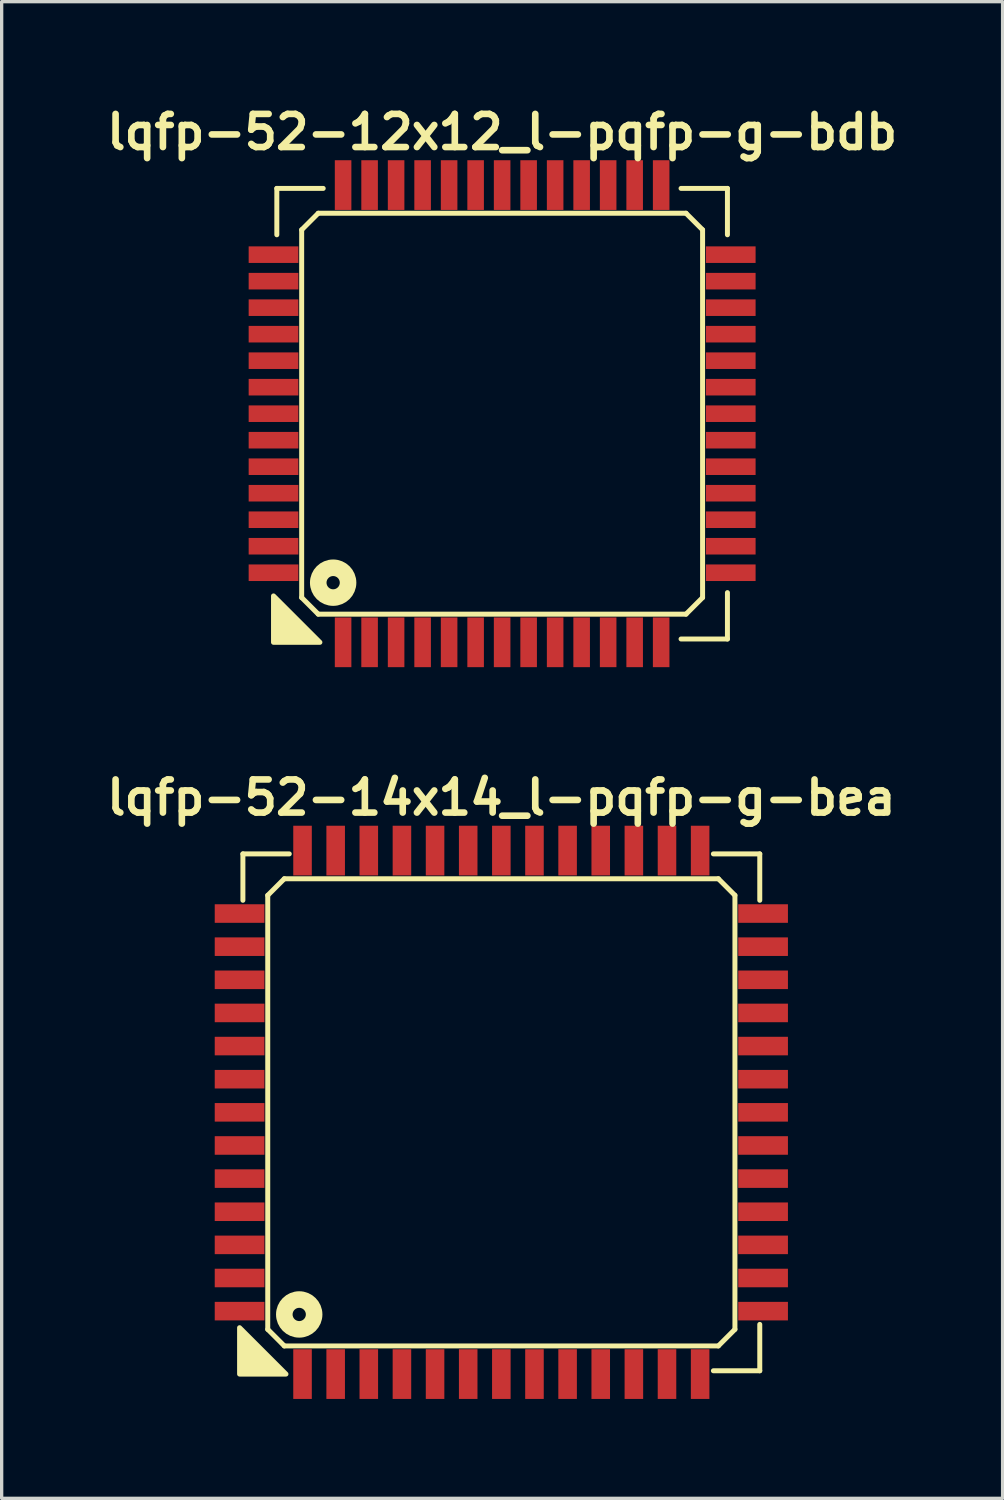
<source format=kicad_pcb>
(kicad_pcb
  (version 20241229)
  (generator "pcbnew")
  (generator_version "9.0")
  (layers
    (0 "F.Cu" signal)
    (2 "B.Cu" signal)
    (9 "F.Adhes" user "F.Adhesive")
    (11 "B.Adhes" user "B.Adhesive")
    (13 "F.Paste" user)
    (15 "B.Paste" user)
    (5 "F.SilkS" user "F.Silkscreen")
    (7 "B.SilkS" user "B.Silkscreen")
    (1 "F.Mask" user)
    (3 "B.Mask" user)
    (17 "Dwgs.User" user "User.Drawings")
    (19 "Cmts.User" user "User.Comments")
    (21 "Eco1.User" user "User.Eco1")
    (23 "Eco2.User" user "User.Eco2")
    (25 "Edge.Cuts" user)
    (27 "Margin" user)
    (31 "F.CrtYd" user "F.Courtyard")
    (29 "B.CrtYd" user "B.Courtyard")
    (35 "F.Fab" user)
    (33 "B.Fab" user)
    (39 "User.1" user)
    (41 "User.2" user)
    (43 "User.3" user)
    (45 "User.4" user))
  (footprint "lqfp-52-14x14_l-pqfp-g-bea"
    (layer "F.Cu")
    (at 12.081 30.522)
    (property "Reference" "lqfp-52-14x14_l-pqfp-g-bea" (at 0 -9.5 0) (layer "F.SilkS") (effects (font (size 1 1) (thickness 0.2))))
    (attr smd)
    (fp_line (start -7.8 -7.8) (end -6.4 -7.8) (stroke (width 0.15) (type solid)) (layer "F.SilkS"))
    (fp_line (start -7.8 -6.4) (end -7.8 -7.8) (stroke (width 0.15) (type solid)) (layer "F.SilkS"))
    (fp_line (start -7.05 -6.55) (end -6.55 -7.05) (stroke (width 0.15) (type solid)) (layer "F.SilkS"))
    (fp_line (start -7.05 6.55) (end -7.05 -6.55) (stroke (width 0.15) (type solid)) (layer "F.SilkS"))
    (fp_line (start -6.55 -7.05) (end 6.55 -7.05) (stroke (width 0.15) (type solid)) (layer "F.SilkS"))
    (fp_line (start -6.55 7.05) (end -7.05 6.55) (stroke (width 0.15) (type solid)) (layer "F.SilkS"))
    (fp_line (start 6.4 -7.8) (end 7.8 -7.8) (stroke (width 0.15) (type solid)) (layer "F.SilkS"))
    (fp_line (start 6.55 -7.05) (end 7.05 -6.55) (stroke (width 0.15) (type solid)) (layer "F.SilkS"))
    (fp_line (start 6.55 7.05) (end -6.55 7.05) (stroke (width 0.15) (type solid)) (layer "F.SilkS"))
    (fp_line (start 7.05 -6.55) (end 7.05 6.55) (stroke (width 0.15) (type solid)) (layer "F.SilkS"))
    (fp_line (start 7.05 6.55) (end 6.55 7.05) (stroke (width 0.15) (type solid)) (layer "F.SilkS"))
    (fp_line (start 7.8 -7.8) (end 7.8 -6.4) (stroke (width 0.15) (type solid)) (layer "F.SilkS"))
    (fp_line (start 7.8 6.4) (end 7.8 7.8) (stroke (width 0.15) (type solid)) (layer "F.SilkS"))
    (fp_line (start 7.8 7.8) (end 6.4 7.8) (stroke (width 0.15) (type solid)) (layer "F.SilkS"))
    (fp_circle (center -6.1 6.1) (end -5.9 6.1) (stroke (width 0.5) (type solid)) (fill no) (layer "F.SilkS"))
    (fp_poly (pts (xy -6.5 7.9) (xy -7.9 7.9) (xy -7.9 6.5)) (stroke (width 0.15) (type solid)) (fill yes) (layer "F.SilkS"))
    (pad "1" smd rect (at -6 7.9) (size 0.56 1.5) (layers "F.Cu" "F.Mask" "F.Paste"))
    (pad "2" smd rect (at -5 7.9) (size 0.56 1.5) (layers "F.Cu" "F.Mask" "F.Paste"))
    (pad "3" smd rect (at -4 7.9) (size 0.56 1.5) (layers "F.Cu" "F.Mask" "F.Paste"))
    (pad "4" smd rect (at -3 7.9) (size 0.56 1.5) (layers "F.Cu" "F.Mask" "F.Paste"))
    (pad "5" smd rect (at -2 7.9) (size 0.56 1.5) (layers "F.Cu" "F.Mask" "F.Paste"))
    (pad "6" smd rect (at -1 7.9) (size 0.56 1.5) (layers "F.Cu" "F.Mask" "F.Paste"))
    (pad "7" smd rect (at 0 7.9) (size 0.56 1.5) (layers "F.Cu" "F.Mask" "F.Paste"))
    (pad "8" smd rect (at 1 7.9) (size 0.56 1.5) (layers "F.Cu" "F.Mask" "F.Paste"))
    (pad "9" smd rect (at 2 7.9) (size 0.56 1.5) (layers "F.Cu" "F.Mask" "F.Paste"))
    (pad "10" smd rect (at 3 7.9) (size 0.56 1.5) (layers "F.Cu" "F.Mask" "F.Paste"))
    (pad "11" smd rect (at 4 7.9) (size 0.56 1.5) (layers "F.Cu" "F.Mask" "F.Paste"))
    (pad "12" smd rect (at 5 7.9) (size 0.56 1.5) (layers "F.Cu" "F.Mask" "F.Paste"))
    (pad "13" smd rect (at 6 7.9) (size 0.56 1.5) (layers "F.Cu" "F.Mask" "F.Paste"))
    (pad "14" smd rect (at 7.9 6) (size 1.5 0.56) (layers "F.Cu" "F.Mask" "F.Paste"))
    (pad "15" smd rect (at 7.9 5) (size 1.5 0.56) (layers "F.Cu" "F.Mask" "F.Paste"))
    (pad "16" smd rect (at 7.9 4) (size 1.5 0.56) (layers "F.Cu" "F.Mask" "F.Paste"))
    (pad "17" smd rect (at 7.9 3) (size 1.5 0.56) (layers "F.Cu" "F.Mask" "F.Paste"))
    (pad "18" smd rect (at 7.9 2) (size 1.5 0.56) (layers "F.Cu" "F.Mask" "F.Paste"))
    (pad "19" smd rect (at 7.9 1) (size 1.5 0.56) (layers "F.Cu" "F.Mask" "F.Paste"))
    (pad "20" smd rect (at 7.9 0) (size 1.5 0.56) (layers "F.Cu" "F.Mask" "F.Paste"))
    (pad "21" smd rect (at 7.9 -1) (size 1.5 0.56) (layers "F.Cu" "F.Mask" "F.Paste"))
    (pad "22" smd rect (at 7.9 -2) (size 1.5 0.56) (layers "F.Cu" "F.Mask" "F.Paste"))
    (pad "23" smd rect (at 7.9 -3) (size 1.5 0.56) (layers "F.Cu" "F.Mask" "F.Paste"))
    (pad "24" smd rect (at 7.9 -4) (size 1.5 0.56) (layers "F.Cu" "F.Mask" "F.Paste"))
    (pad "25" smd rect (at 7.9 -5) (size 1.5 0.56) (layers "F.Cu" "F.Mask" "F.Paste"))
    (pad "26" smd rect (at 7.9 -6) (size 1.5 0.56) (layers "F.Cu" "F.Mask" "F.Paste"))
    (pad "27" smd rect (at 6 -7.9) (size 0.56 1.5) (layers "F.Cu" "F.Mask" "F.Paste"))
    (pad "28" smd rect (at 5 -7.9) (size 0.56 1.5) (layers "F.Cu" "F.Mask" "F.Paste"))
    (pad "29" smd rect (at 4 -7.9) (size 0.56 1.5) (layers "F.Cu" "F.Mask" "F.Paste"))
    (pad "30" smd rect (at 3 -7.9) (size 0.56 1.5) (layers "F.Cu" "F.Mask" "F.Paste"))
    (pad "31" smd rect (at 2 -7.9) (size 0.56 1.5) (layers "F.Cu" "F.Mask" "F.Paste"))
    (pad "32" smd rect (at 1 -7.9) (size 0.56 1.5) (layers "F.Cu" "F.Mask" "F.Paste"))
    (pad "33" smd rect (at 0 -7.9) (size 0.56 1.5) (layers "F.Cu" "F.Mask" "F.Paste"))
    (pad "34" smd rect (at -1 -7.9) (size 0.56 1.5) (layers "F.Cu" "F.Mask" "F.Paste"))
    (pad "35" smd rect (at -2 -7.9) (size 0.56 1.5) (layers "F.Cu" "F.Mask" "F.Paste"))
    (pad "36" smd rect (at -3 -7.9) (size 0.56 1.5) (layers "F.Cu" "F.Mask" "F.Paste"))
    (pad "37" smd rect (at -4 -7.9) (size 0.56 1.5) (layers "F.Cu" "F.Mask" "F.Paste"))
    (pad "38" smd rect (at -5 -7.9) (size 0.56 1.5) (layers "F.Cu" "F.Mask" "F.Paste"))
    (pad "39" smd rect (at -6 -7.9) (size 0.56 1.5) (layers "F.Cu" "F.Mask" "F.Paste"))
    (pad "40" smd rect (at -7.9 -6) (size 1.5 0.56) (layers "F.Cu" "F.Mask" "F.Paste"))
    (pad "41" smd rect (at -7.9 -5) (size 1.5 0.56) (layers "F.Cu" "F.Mask" "F.Paste"))
    (pad "42" smd rect (at -7.9 -4) (size 1.5 0.56) (layers "F.Cu" "F.Mask" "F.Paste"))
    (pad "43" smd rect (at -7.9 -3) (size 1.5 0.56) (layers "F.Cu" "F.Mask" "F.Paste"))
    (pad "44" smd rect (at -7.9 -2) (size 1.5 0.56) (layers "F.Cu" "F.Mask" "F.Paste"))
    (pad "45" smd rect (at -7.9 -1) (size 1.5 0.56) (layers "F.Cu" "F.Mask" "F.Paste"))
    (pad "46" smd rect (at -7.9 0) (size 1.5 0.56) (layers "F.Cu" "F.Mask" "F.Paste"))
    (pad "47" smd rect (at -7.9 1) (size 1.5 0.56) (layers "F.Cu" "F.Mask" "F.Paste"))
    (pad "48" smd rect (at -7.9 2) (size 1.5 0.56) (layers "F.Cu" "F.Mask" "F.Paste"))
    (pad "49" smd rect (at -7.9 3) (size 1.5 0.56) (layers "F.Cu" "F.Mask" "F.Paste"))
    (pad "50" smd rect (at -7.9 4) (size 1.5 0.56) (layers "F.Cu" "F.Mask" "F.Paste"))
    (pad "51" smd rect (at -7.9 5) (size 1.5 0.56) (layers "F.Cu" "F.Mask" "F.Paste"))
    (pad "52" smd rect (at -7.9 6) (size 1.5 0.56) (layers "F.Cu" "F.Mask" "F.Paste")))
  (footprint "lqfp-52-12x12_l-pqfp-g-bdb"
    (layer "F.Cu")
    (at 12.105 9.436)
    (property "Reference" "lqfp-52-12x12_l-pqfp-g-bdb" (at 0 -8.5 0) (layer "F.SilkS") (effects (font (size 1 1) (thickness 0.2))))
    (attr smd)
    (fp_line (start -6.8 -6.8) (end -5.4 -6.8) (stroke (width 0.15) (type solid)) (layer "F.SilkS"))
    (fp_line (start -6.8 -5.4) (end -6.8 -6.8) (stroke (width 0.15) (type solid)) (layer "F.SilkS"))
    (fp_line (start -6.05 -5.55) (end -5.55 -6.05) (stroke (width 0.15) (type solid)) (layer "F.SilkS"))
    (fp_line (start -6.05 5.55) (end -6.05 -5.55) (stroke (width 0.15) (type solid)) (layer "F.SilkS"))
    (fp_line (start -5.55 -6.05) (end 5.55 -6.05) (stroke (width 0.15) (type solid)) (layer "F.SilkS"))
    (fp_line (start -5.55 6.05) (end -6.05 5.55) (stroke (width 0.15) (type solid)) (layer "F.SilkS"))
    (fp_line (start 5.4 -6.8) (end 6.8 -6.8) (stroke (width 0.15) (type solid)) (layer "F.SilkS"))
    (fp_line (start 5.55 -6.05) (end 6.05 -5.55) (stroke (width 0.15) (type solid)) (layer "F.SilkS"))
    (fp_line (start 5.55 6.05) (end -5.55 6.05) (stroke (width 0.15) (type solid)) (layer "F.SilkS"))
    (fp_line (start 6.05 -5.55) (end 6.05 5.55) (stroke (width 0.15) (type solid)) (layer "F.SilkS"))
    (fp_line (start 6.05 5.55) (end 5.55 6.05) (stroke (width 0.15) (type solid)) (layer "F.SilkS"))
    (fp_line (start 6.8 -6.8) (end 6.8 -5.4) (stroke (width 0.15) (type solid)) (layer "F.SilkS"))
    (fp_line (start 6.8 5.4) (end 6.8 6.8) (stroke (width 0.15) (type solid)) (layer "F.SilkS"))
    (fp_line (start 6.8 6.8) (end 5.4 6.8) (stroke (width 0.15) (type solid)) (layer "F.SilkS"))
    (fp_circle (center -5.1 5.1) (end -4.9 5.1) (stroke (width 0.5) (type solid)) (fill no) (layer "F.SilkS"))
    (fp_poly (pts (xy -5.5 6.9) (xy -6.9 6.9) (xy -6.9 5.5)) (stroke (width 0.15) (type solid)) (fill yes) (layer "F.SilkS"))
    (pad "1" smd rect (at -4.8 6.9) (size 0.5 1.5) (layers "F.Cu" "F.Mask" "F.Paste"))
    (pad "2" smd rect (at -4 6.9) (size 0.5 1.5) (layers "F.Cu" "F.Mask" "F.Paste"))
    (pad "3" smd rect (at -3.2 6.9) (size 0.5 1.5) (layers "F.Cu" "F.Mask" "F.Paste"))
    (pad "4" smd rect (at -2.4 6.9) (size 0.5 1.5) (layers "F.Cu" "F.Mask" "F.Paste"))
    (pad "5" smd rect (at -1.6 6.9) (size 0.5 1.5) (layers "F.Cu" "F.Mask" "F.Paste"))
    (pad "6" smd rect (at -0.8 6.9) (size 0.5 1.5) (layers "F.Cu" "F.Mask" "F.Paste"))
    (pad "7" smd rect (at 0 6.9) (size 0.5 1.5) (layers "F.Cu" "F.Mask" "F.Paste"))
    (pad "8" smd rect (at 0.8 6.9) (size 0.5 1.5) (layers "F.Cu" "F.Mask" "F.Paste"))
    (pad "9" smd rect (at 1.6 6.9) (size 0.5 1.5) (layers "F.Cu" "F.Mask" "F.Paste"))
    (pad "10" smd rect (at 2.4 6.9) (size 0.5 1.5) (layers "F.Cu" "F.Mask" "F.Paste"))
    (pad "11" smd rect (at 3.2 6.9) (size 0.5 1.5) (layers "F.Cu" "F.Mask" "F.Paste"))
    (pad "12" smd rect (at 4 6.9) (size 0.5 1.5) (layers "F.Cu" "F.Mask" "F.Paste"))
    (pad "13" smd rect (at 4.8 6.9) (size 0.5 1.5) (layers "F.Cu" "F.Mask" "F.Paste"))
    (pad "14" smd rect (at 6.9 4.8) (size 1.5 0.5) (layers "F.Cu" "F.Mask" "F.Paste"))
    (pad "15" smd rect (at 6.9 4) (size 1.5 0.5) (layers "F.Cu" "F.Mask" "F.Paste"))
    (pad "16" smd rect (at 6.9 3.2) (size 1.5 0.5) (layers "F.Cu" "F.Mask" "F.Paste"))
    (pad "17" smd rect (at 6.9 2.4) (size 1.5 0.5) (layers "F.Cu" "F.Mask" "F.Paste"))
    (pad "18" smd rect (at 6.9 1.6) (size 1.5 0.5) (layers "F.Cu" "F.Mask" "F.Paste"))
    (pad "19" smd rect (at 6.9 0.8) (size 1.5 0.5) (layers "F.Cu" "F.Mask" "F.Paste"))
    (pad "20" smd rect (at 6.9 0) (size 1.5 0.5) (layers "F.Cu" "F.Mask" "F.Paste"))
    (pad "21" smd rect (at 6.9 -0.8) (size 1.5 0.5) (layers "F.Cu" "F.Mask" "F.Paste"))
    (pad "22" smd rect (at 6.9 -1.6) (size 1.5 0.5) (layers "F.Cu" "F.Mask" "F.Paste"))
    (pad "23" smd rect (at 6.9 -2.4) (size 1.5 0.5) (layers "F.Cu" "F.Mask" "F.Paste"))
    (pad "24" smd rect (at 6.9 -3.2) (size 1.5 0.5) (layers "F.Cu" "F.Mask" "F.Paste"))
    (pad "25" smd rect (at 6.9 -4) (size 1.5 0.5) (layers "F.Cu" "F.Mask" "F.Paste"))
    (pad "26" smd rect (at 6.9 -4.8) (size 1.5 0.5) (layers "F.Cu" "F.Mask" "F.Paste"))
    (pad "27" smd rect (at 4.8 -6.9) (size 0.5 1.5) (layers "F.Cu" "F.Mask" "F.Paste"))
    (pad "28" smd rect (at 4 -6.9) (size 0.5 1.5) (layers "F.Cu" "F.Mask" "F.Paste"))
    (pad "29" smd rect (at 3.2 -6.9) (size 0.5 1.5) (layers "F.Cu" "F.Mask" "F.Paste"))
    (pad "30" smd rect (at 2.4 -6.9) (size 0.5 1.5) (layers "F.Cu" "F.Mask" "F.Paste"))
    (pad "31" smd rect (at 1.6 -6.9) (size 0.5 1.5) (layers "F.Cu" "F.Mask" "F.Paste"))
    (pad "32" smd rect (at 0.8 -6.9) (size 0.5 1.5) (layers "F.Cu" "F.Mask" "F.Paste"))
    (pad "33" smd rect (at 0 -6.9) (size 0.5 1.5) (layers "F.Cu" "F.Mask" "F.Paste"))
    (pad "34" smd rect (at -0.8 -6.9) (size 0.5 1.5) (layers "F.Cu" "F.Mask" "F.Paste"))
    (pad "35" smd rect (at -1.6 -6.9) (size 0.5 1.5) (layers "F.Cu" "F.Mask" "F.Paste"))
    (pad "36" smd rect (at -2.4 -6.9) (size 0.5 1.5) (layers "F.Cu" "F.Mask" "F.Paste"))
    (pad "37" smd rect (at -3.2 -6.9) (size 0.5 1.5) (layers "F.Cu" "F.Mask" "F.Paste"))
    (pad "38" smd rect (at -4 -6.9) (size 0.5 1.5) (layers "F.Cu" "F.Mask" "F.Paste"))
    (pad "39" smd rect (at -4.8 -6.9) (size 0.5 1.5) (layers "F.Cu" "F.Mask" "F.Paste"))
    (pad "40" smd rect (at -6.9 -4.8) (size 1.5 0.5) (layers "F.Cu" "F.Mask" "F.Paste"))
    (pad "41" smd rect (at -6.9 -4) (size 1.5 0.5) (layers "F.Cu" "F.Mask" "F.Paste"))
    (pad "42" smd rect (at -6.9 -3.2) (size 1.5 0.5) (layers "F.Cu" "F.Mask" "F.Paste"))
    (pad "43" smd rect (at -6.9 -2.4) (size 1.5 0.5) (layers "F.Cu" "F.Mask" "F.Paste"))
    (pad "44" smd rect (at -6.9 -1.6) (size 1.5 0.5) (layers "F.Cu" "F.Mask" "F.Paste"))
    (pad "45" smd rect (at -6.9 -0.8) (size 1.5 0.5) (layers "F.Cu" "F.Mask" "F.Paste"))
    (pad "46" smd rect (at -6.9 0) (size 1.5 0.5) (layers "F.Cu" "F.Mask" "F.Paste"))
    (pad "47" smd rect (at -6.9 0.8) (size 1.5 0.5) (layers "F.Cu" "F.Mask" "F.Paste"))
    (pad "48" smd rect (at -6.9 1.6) (size 1.5 0.5) (layers "F.Cu" "F.Mask" "F.Paste"))
    (pad "49" smd rect (at -6.9 2.4) (size 1.5 0.5) (layers "F.Cu" "F.Mask" "F.Paste"))
    (pad "50" smd rect (at -6.9 3.2) (size 1.5 0.5) (layers "F.Cu" "F.Mask" "F.Paste"))
    (pad "51" smd rect (at -6.9 4) (size 1.5 0.5) (layers "F.Cu" "F.Mask" "F.Paste"))
    (pad "52" smd rect (at -6.9 4.8) (size 1.5 0.5) (layers "F.Cu" "F.Mask" "F.Paste")))
  (gr_rect
    (start -3 -3)
    (end 27.21 42.172)
    (stroke (width 0.1) (type default))
    (fill no)
    (layer "Edge.Cuts")))
</source>
